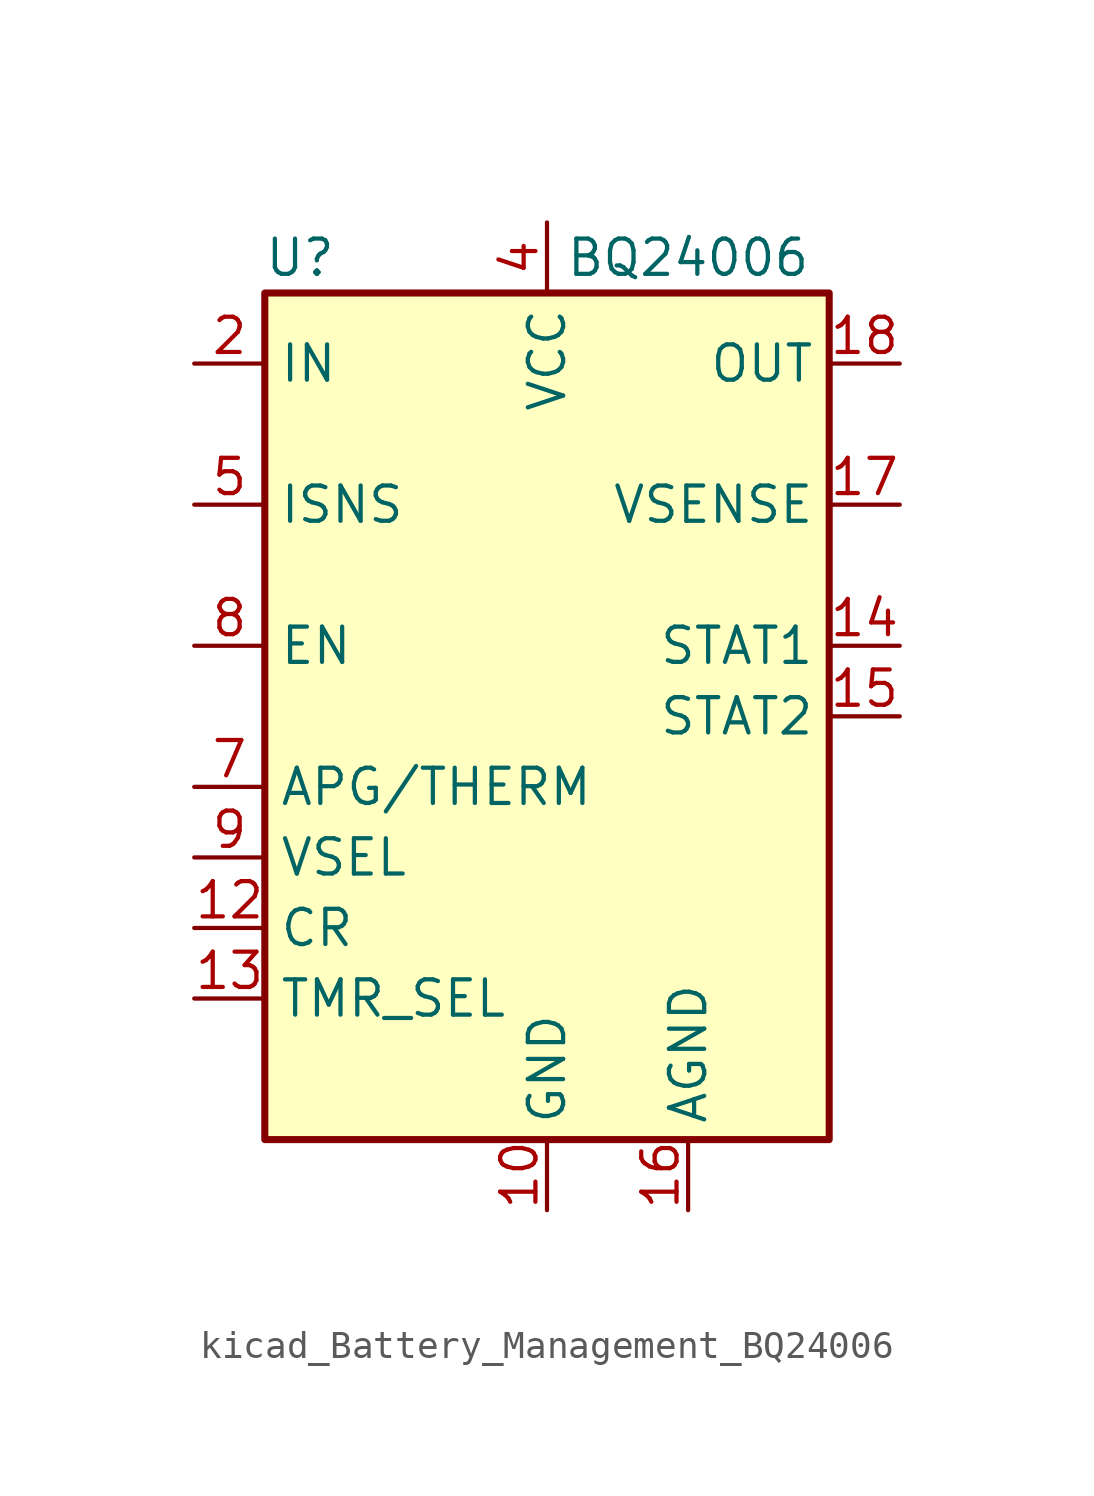
<source format=kicad_sym>
(kicad_symbol_lib
  (version 20220914)
  (generator kicad_symbol_editor)
  (symbol "kicad_Battery_Management_BQ24006"
    (property "Reference" "U"
      (at -8.89 16.51 0)
      (effects (font (size 1.27 1.27))))
    (property "Value" "BQ24006"
      (at 5.08 16.51 0)
      (effects (font (size 1.27 1.27))))
    (symbol "kicad_Battery_Management_BQ24006_0_1"
      (rectangle (start -10.16 15.24) (end 10.16 -15.24) (stroke (width 0.254) (type default)) (fill (type background))))
    (symbol "kicad_Battery_Management_BQ24006_1_1"
      (pin no_connect line (at 10.16 -2.54 180) (length 2.54) hide (name "N/C" (effects (font (size 1.27 1.27)))) (number "1" (effects (font (size 1.27 1.27)))))
      (pin power_in line (at 0 -17.78 90) (length 2.54) (name "GND" (effects (font (size 1.27 1.27)))) (number "10" (effects (font (size 1.27 1.27)))))
      (pin no_connect line (at 10.16 -7.62 180) (length 2.54) hide (name "N/C" (effects (font (size 1.27 1.27)))) (number "11" (effects (font (size 1.27 1.27)))))
      (pin input line (at -12.7 -7.62 0) (length 2.54) (name "CR" (effects (font (size 1.27 1.27)))) (number "12" (effects (font (size 1.27 1.27)))))
      (pin input line (at -12.7 -10.16 0) (length 2.54) (name "TMR_SEL" (effects (font (size 1.27 1.27)))) (number "13" (effects (font (size 1.27 1.27)))))
      (pin output line (at 12.7 2.54 180) (length 2.54) (name "STAT1" (effects (font (size 1.27 1.27)))) (number "14" (effects (font (size 1.27 1.27)))))
      (pin output line (at 12.7 0 180) (length 2.54) (name "STAT2" (effects (font (size 1.27 1.27)))) (number "15" (effects (font (size 1.27 1.27)))))
      (pin power_in line (at 5.08 -17.78 90) (length 2.54) (name "AGND" (effects (font (size 1.27 1.27)))) (number "16" (effects (font (size 1.27 1.27)))))
      (pin input line (at 12.7 7.62 180) (length 2.54) (name "VSENSE" (effects (font (size 1.27 1.27)))) (number "17" (effects (font (size 1.27 1.27)))))
      (pin output line (at 12.7 12.7 180) (length 2.54) (name "OUT" (effects (font (size 1.27 1.27)))) (number "18" (effects (font (size 1.27 1.27)))))
      (pin passive line (at 12.7 12.7 180) (length 2.54) hide (name "OUT" (effects (font (size 1.27 1.27)))) (number "19" (effects (font (size 1.27 1.27)))))
      (pin input line (at -12.7 12.7 0) (length 2.54) (name "IN" (effects (font (size 1.27 1.27)))) (number "2" (effects (font (size 1.27 1.27)))))
      (pin no_connect line (at 10.16 -10.16 180) (length 2.54) hide (name "N/C" (effects (font (size 1.27 1.27)))) (number "20" (effects (font (size 1.27 1.27)))))
      (pin passive line (at 0 -17.78 90) (length 2.54) hide (name "GND" (effects (font (size 1.27 1.27)))) (number "21" (effects (font (size 1.27 1.27)))))
      (pin input line (at -12.7 12.7 0) (length 2.54) hide (name "IN" (effects (font (size 1.27 1.27)))) (number "3" (effects (font (size 1.27 1.27)))))
      (pin power_in line (at 0 17.78 270) (length 2.54) (name "VCC" (effects (font (size 1.27 1.27)))) (number "4" (effects (font (size 1.27 1.27)))))
      (pin input line (at -12.7 7.62 0) (length 2.54) (name "ISNS" (effects (font (size 1.27 1.27)))) (number "5" (effects (font (size 1.27 1.27)))))
      (pin no_connect line (at 10.16 -5.08 180) (length 2.54) hide (name "N/C" (effects (font (size 1.27 1.27)))) (number "6" (effects (font (size 1.27 1.27)))))
      (pin input line (at -12.7 -2.54 0) (length 2.54) (name "APG/THERM" (effects (font (size 1.27 1.27)))) (number "7" (effects (font (size 1.27 1.27)))))
      (pin input line (at -12.7 2.54 0) (length 2.54) (name "EN" (effects (font (size 1.27 1.27)))) (number "8" (effects (font (size 1.27 1.27)))))
      (pin input line (at -12.7 -5.08 0) (length 2.54) (name "VSEL" (effects (font (size 1.27 1.27)))) (number "9" (effects (font (size 1.27 1.27))))))))
</source>
